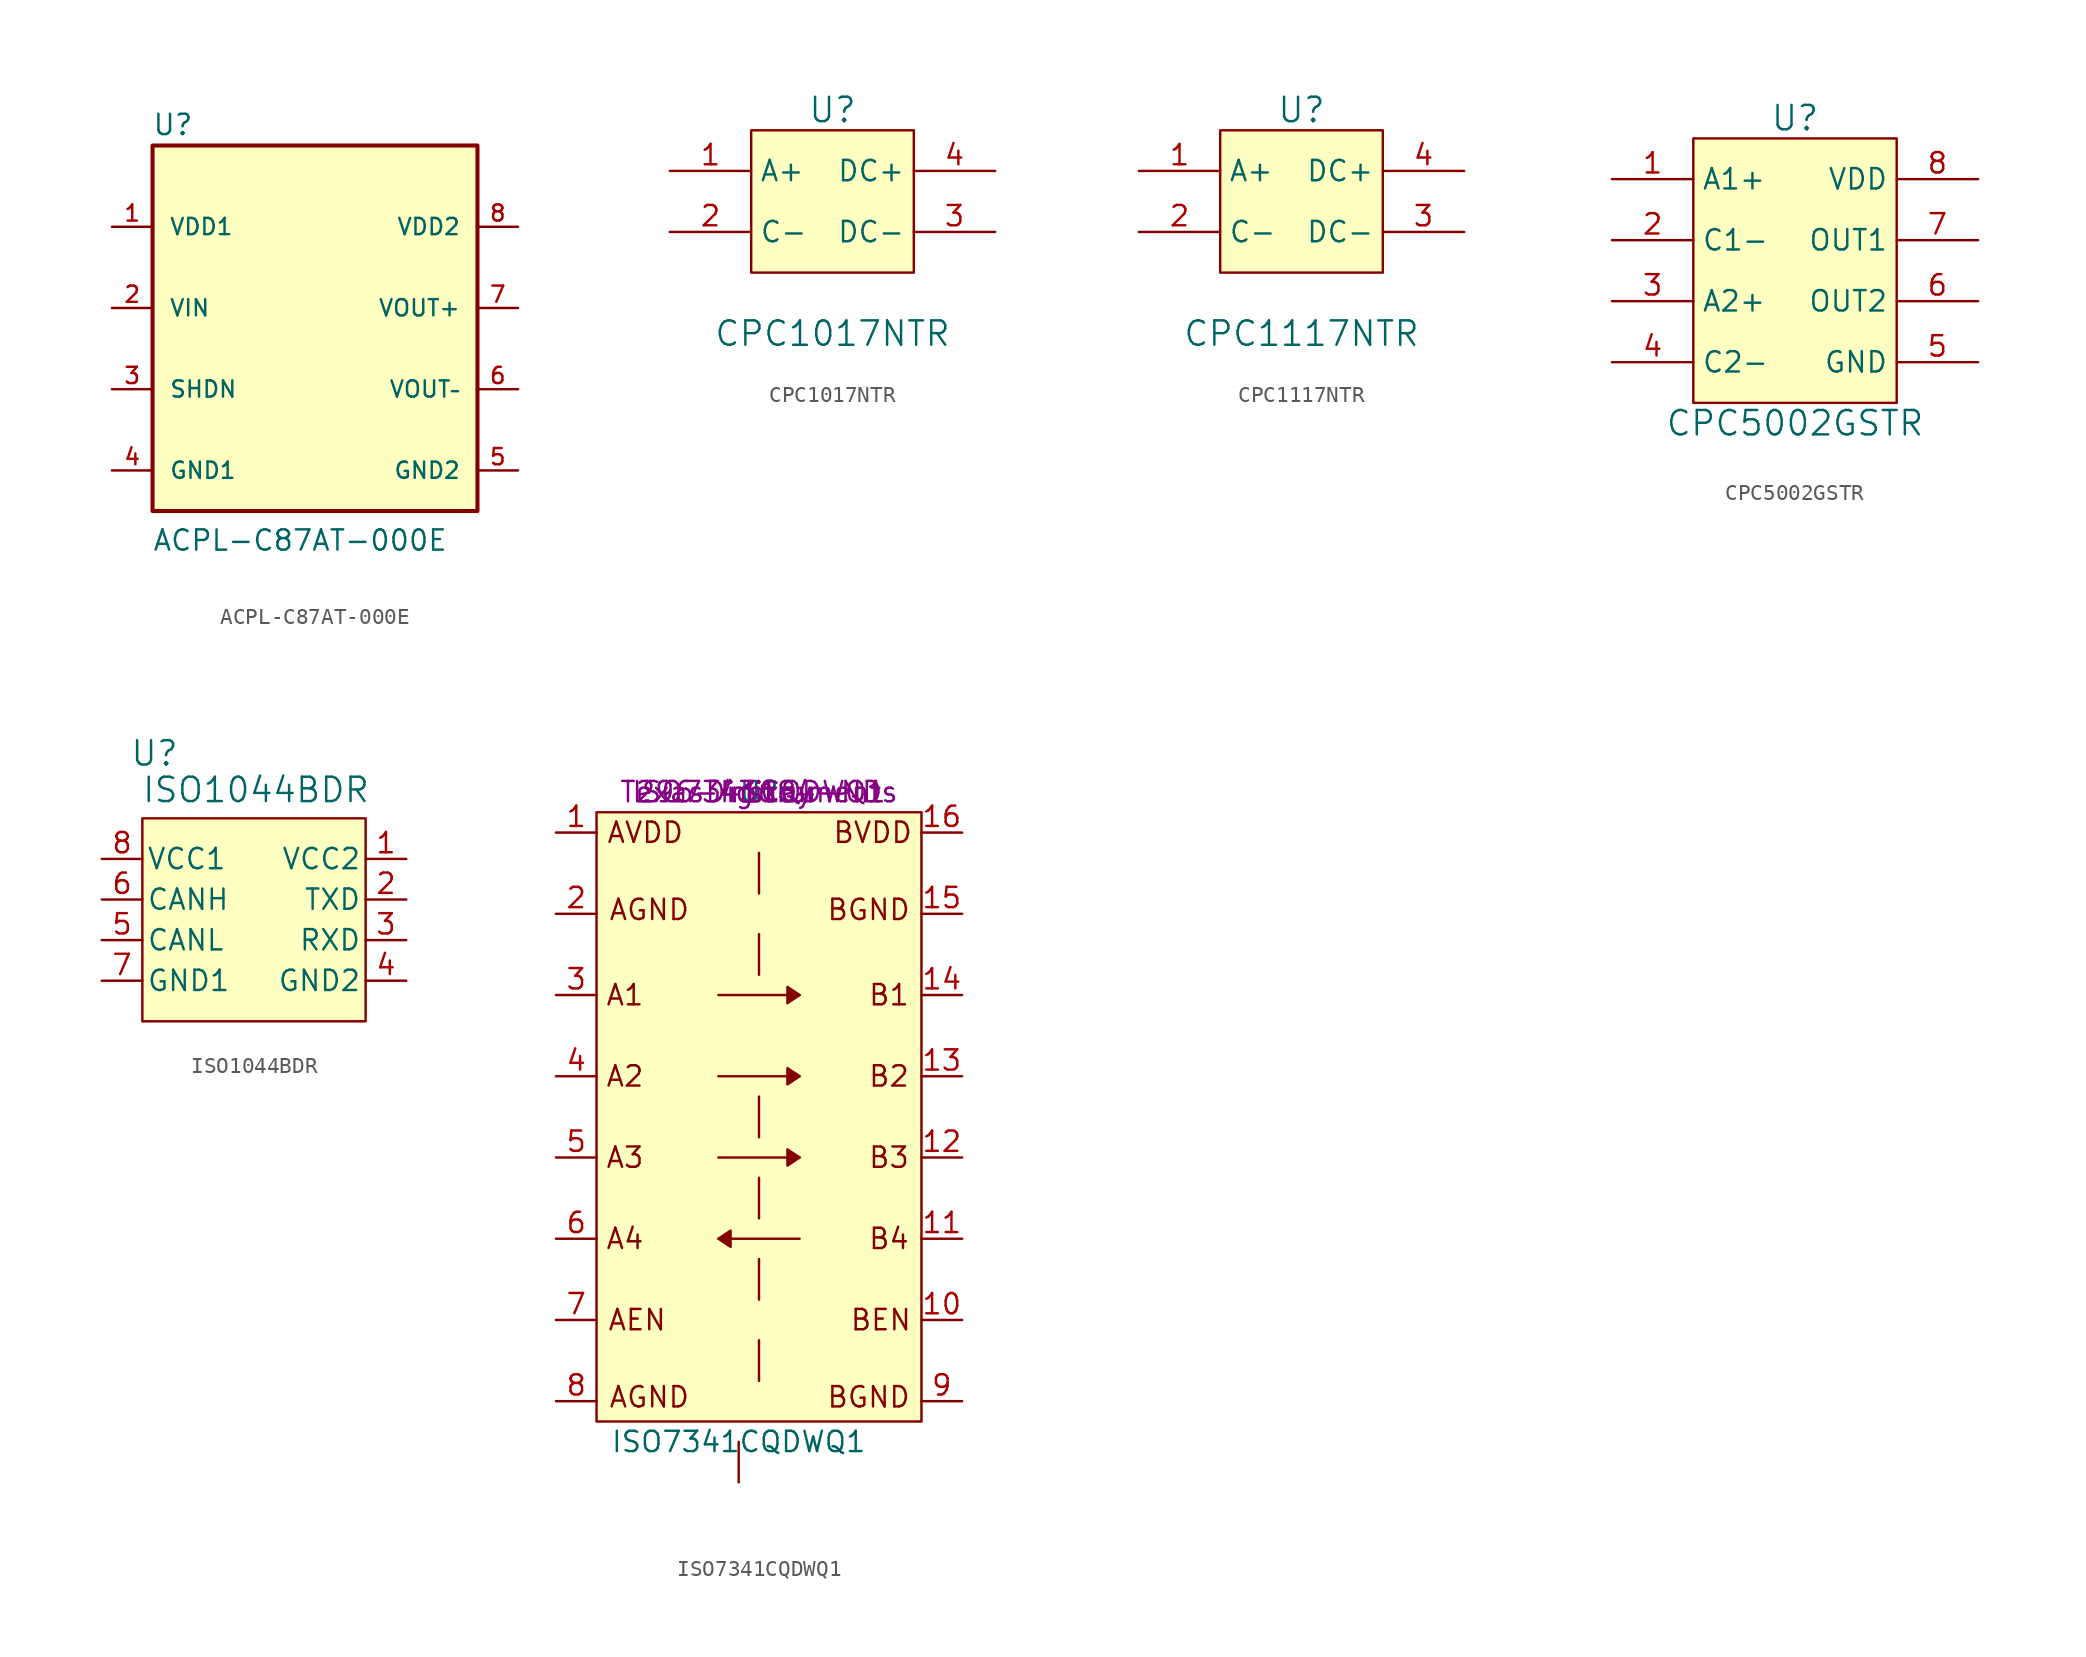
<source format=kicad_sym>
(kicad_symbol_lib
  (version 20231120)
  (generator "kicad_symbol_editor")
  (generator_version "8.0")
  (symbol "ACPL-C87AT-000E"
    (pin_names
      (offset 1.016))
    (property "Reference" "U"
      (at -10.195 13.254 0)
      (effects (font (size 1.27 1.27)) (justify left bottom)))
    (property "Value" "ACPL-C87AT-000E"
      (at -10.189 -12.737 0)
      (effects (font (size 1.27 1.27)) (justify left bottom)))
    (symbol "ACPL-C87AT-000E_0_0"
      (rectangle (start -10.16 12.7) (end 10.16 -10.16) (stroke (width 0.254) (type default)) (fill (type background)))
      (pin power_in line (at -12.7 7.62 0) (length 2.54) (name "VDD1" (effects (font (size 1.016 1.016)))) (number "1" (effects (font (size 1.016 1.016)))))
      (pin input line (at -12.7 2.54 0) (length 2.54) (name "VIN" (effects (font (size 1.016 1.016)))) (number "2" (effects (font (size 1.016 1.016)))))
      (pin input line (at -12.7 -2.54 0) (length 2.54) (name "SHDN" (effects (font (size 1.016 1.016)))) (number "3" (effects (font (size 1.016 1.016)))))
      (pin power_in line (at -12.7 -7.62 0) (length 2.54) (name "GND1" (effects (font (size 1.016 1.016)))) (number "4" (effects (font (size 1.016 1.016)))))
      (pin power_in line (at 12.7 -7.62 180) (length 2.54) (name "GND2" (effects (font (size 1.016 1.016)))) (number "5" (effects (font (size 1.016 1.016)))))
      (pin output line (at 12.7 -2.54 180) (length 2.54) (name "VOUT–" (effects (font (size 1.016 1.016)))) (number "6" (effects (font (size 1.016 1.016)))))
      (pin output line (at 12.7 2.54 180) (length 2.54) (name "VOUT+" (effects (font (size 1.016 1.016)))) (number "7" (effects (font (size 1.016 1.016)))))
      (pin power_in line (at 12.7 7.62 180) (length 2.54) (name "VDD2" (effects (font (size 1.016 1.016)))) (number "8" (effects (font (size 1.016 1.016)))))))
  (symbol "CPC1017NTR"
    (property "Reference" "U"
      (at 0 6.35 0)
      (effects (font (size 1.524 1.524))))
    (property "Value" "CPC1017NTR"
      (at 0 -7.62 0)
      (effects (font (size 1.524 1.524))))
    (symbol "CPC1017NTR_0_1"
      (rectangle (start -5.08 5.08) (end 5.08 -3.81) (stroke (width 0) (type default)) (fill (type background))))
    (symbol "CPC1017NTR_1_1"
      (pin passive line (at -10.16 2.54 0) (length 5.08) (name "A+" (effects (font (size 1.27 1.27)))) (number "1" (effects (font (size 1.27 1.27)))))
      (pin passive line (at -10.16 -1.27 0) (length 5.08) (name "C-" (effects (font (size 1.27 1.27)))) (number "2" (effects (font (size 1.27 1.27)))))
      (pin passive line (at 10.16 -1.27 180) (length 5.08) (name "DC-" (effects (font (size 1.27 1.27)))) (number "3" (effects (font (size 1.27 1.27)))))
      (pin passive line (at 10.16 2.54 180) (length 5.08) (name "DC+" (effects (font (size 1.27 1.27)))) (number "4" (effects (font (size 1.27 1.27)))))))
  (symbol "CPC1117NTR"
    (property "Reference" "U"
      (at 0 6.35 0)
      (effects (font (size 1.524 1.524))))
    (property "Value" "CPC1117NTR"
      (at 0 -7.62 0)
      (effects (font (size 1.524 1.524))))
    (symbol "CPC1117NTR_0_1"
      (rectangle (start -5.08 5.08) (end 5.08 -3.81) (stroke (width 0) (type default)) (fill (type background))))
    (symbol "CPC1117NTR_1_1"
      (pin passive line (at -10.16 2.54 0) (length 5.08) (name "A+" (effects (font (size 1.27 1.27)))) (number "1" (effects (font (size 1.27 1.27)))))
      (pin passive line (at -10.16 -1.27 0) (length 5.08) (name "C-" (effects (font (size 1.27 1.27)))) (number "2" (effects (font (size 1.27 1.27)))))
      (pin passive line (at 10.16 -1.27 180) (length 5.08) (name "DC-" (effects (font (size 1.27 1.27)))) (number "3" (effects (font (size 1.27 1.27)))))
      (pin passive line (at 10.16 2.54 180) (length 5.08) (name "DC+" (effects (font (size 1.27 1.27)))) (number "4" (effects (font (size 1.27 1.27)))))))
  (symbol "CPC5002GSTR"
    (property "Reference" "U"
      (at 0 6.35 0)
      (effects (font (size 1.524 1.524))))
    (property "Value" "CPC5002GSTR"
      (at 0 -12.7 0)
      (effects (font (size 1.524 1.524))))
    (symbol "CPC5002GSTR_0_1"
      (rectangle (start -6.35 5.08) (end 6.35 -11.43) (stroke (width 0) (type default)) (fill (type background))))
    (symbol "CPC5002GSTR_1_1"
      (pin passive line (at -11.43 2.54 0) (length 5.08) (name "A1+" (effects (font (size 1.27 1.27)))) (number "1" (effects (font (size 1.27 1.27)))))
      (pin passive line (at -11.43 -1.27 0) (length 5.08) (name "C1-" (effects (font (size 1.27 1.27)))) (number "2" (effects (font (size 1.27 1.27)))))
      (pin passive line (at -11.43 -5.08 0) (length 5.08) (name "A2+" (effects (font (size 1.27 1.27)))) (number "3" (effects (font (size 1.27 1.27)))))
      (pin passive line (at -11.43 -8.89 0) (length 5.08) (name "C2-" (effects (font (size 1.27 1.27)))) (number "4" (effects (font (size 1.27 1.27)))))
      (pin passive line (at 11.43 -8.89 180) (length 5.08) (name "GND" (effects (font (size 1.27 1.27)))) (number "5" (effects (font (size 1.27 1.27)))))
      (pin passive line (at 11.43 -5.08 180) (length 5.08) (name "OUT2" (effects (font (size 1.27 1.27)))) (number "6" (effects (font (size 1.27 1.27)))))
      (pin passive line (at 11.43 -1.27 180) (length 5.08) (name "OUT1" (effects (font (size 1.27 1.27)))) (number "7" (effects (font (size 1.27 1.27)))))
      (pin passive line (at 11.43 2.54 180) (length 5.08) (name "VDD" (effects (font (size 1.27 1.27)))) (number "8" (effects (font (size 1.27 1.27)))))))
  (symbol "ISO1044BDR"
    (pin_names
      (offset 0.254))
    (property "Reference" "U"
      (at 4.572 6.604 0)
      (effects (font (size 1.524 1.524))))
    (property "Value" "ISO1044BDR"
      (at 10.922 4.318 0)
      (effects (font (size 1.524 1.524))))
    (symbol "ISO1044BDR_1_1"
      (rectangle (start 3.81 -10.16) (end 17.78 2.54) (stroke (width 0) (type default)) (fill (type background)))
      (pin power_in line (at 20.32 0 180) (length 2.54) (name "VCC2" (effects (font (size 1.27 1.27)))) (number "1" (effects (font (size 1.27 1.27)))))
      (pin output line (at 20.32 -2.54 180) (length 2.54) (name "TXD" (effects (font (size 1.27 1.27)))) (number "2" (effects (font (size 1.27 1.27)))))
      (pin input line (at 20.32 -5.08 180) (length 2.54) (name "RXD" (effects (font (size 1.27 1.27)))) (number "3" (effects (font (size 1.27 1.27)))))
      (pin power_in line (at 20.32 -7.62 180) (length 2.54) (name "GND2" (effects (font (size 1.27 1.27)))) (number "4" (effects (font (size 1.27 1.27)))))
      (pin bidirectional line (at 1.27 -5.08 0) (length 2.54) (name "CANL" (effects (font (size 1.27 1.27)))) (number "5" (effects (font (size 1.27 1.27)))))
      (pin bidirectional line (at 1.27 -2.54 0) (length 2.54) (name "CANH" (effects (font (size 1.27 1.27)))) (number "6" (effects (font (size 1.27 1.27)))))
      (pin power_in line (at 1.27 -7.62 0) (length 2.54) (name "GND1" (effects (font (size 1.27 1.27)))) (number "7" (effects (font (size 1.27 1.27)))))
      (pin power_in line (at 1.27 0 0) (length 2.54) (name "VCC1" (effects (font (size 1.27 1.27)))) (number "8" (effects (font (size 1.27 1.27)))))))
  (symbol "ISO7341CQDWQ1"
    (pin_names
      (offset 1.016) hide)
    (property "Reference" "U"
      (at 0 0 0)
      (effects (font (size 1.27 1.27))))
    (property "Value" "ISO7341CQDWQ1"
      (at -1.27 -40.64 0)
      (effects (font (size 1.27 1.27))))
    (property "Manufacturer Part Number" "ISO7341CQDWQ1"
      (at 0 0 0)
      (effects (font (size 1.27 1.27))))
    (property "Supplier Part Number" "296-43684-ND"
      (at 0 0 0)
      (effects (font (size 1.27 1.27))))
    (property "Supplier" "Digikey"
      (at 0 0 0)
      (effects (font (size 1.27 1.27))))
    (property "Manufacturer" "Texas Instruments"
      (at 0 0 0)
      (effects (font (size 1.27 1.27))))
    (symbol "ISO7341CQDWQ1_1_1"
      (polyline (pts (xy -2.54 -27.94) (xy 2.54 -27.94)) (stroke (width 0) (type default)) (fill (type none)))
      (polyline (pts (xy -2.54 -22.86) (xy 2.54 -22.86)) (stroke (width 0) (type default)) (fill (type none)))
      (polyline (pts (xy -2.54 -17.78) (xy 2.54 -17.78)) (stroke (width 0) (type default)) (fill (type none)))
      (polyline (pts (xy -2.54 -12.7) (xy 2.54 -12.7)) (stroke (width 0) (type default)) (fill (type none)))
      (polyline (pts (xy -1.27 -40.64) (xy -1.27 -43.18)) (stroke (width 0) (type default)) (fill (type none)))
      (polyline (pts (xy 0 -34.29) (xy 0 -36.83)) (stroke (width 0) (type default)) (fill (type none)))
      (polyline (pts (xy 0 -29.21) (xy 0 -31.75)) (stroke (width 0) (type default)) (fill (type none)))
      (polyline (pts (xy 0 -24.13) (xy 0 -26.67)) (stroke (width 0) (type default)) (fill (type none)))
      (polyline (pts (xy 0 -19.05) (xy 0 -21.59)) (stroke (width 0) (type default)) (fill (type none)))
      (polyline (pts (xy 0 -8.89) (xy 0 -11.43)) (stroke (width 0) (type default)) (fill (type none)))
      (polyline (pts (xy 0 -3.81) (xy 0 -6.35)) (stroke (width 0) (type default)) (fill (type none)))
      (polyline (pts (xy -2.54 -27.94) (xy -1.778 -27.432) (xy -1.778 -28.448) (xy -2.54 -27.94)) (stroke (width 0) (type default)) (fill (type outline)))
      (polyline (pts (xy 2.54 -22.86) (xy 1.778 -22.352) (xy 1.778 -23.368) (xy 2.54 -22.86)) (stroke (width 0) (type default)) (fill (type outline)))
      (polyline (pts (xy 2.54 -17.78) (xy 1.778 -17.272) (xy 1.778 -18.288) (xy 2.54 -17.78)) (stroke (width 0) (type default)) (fill (type outline)))
      (polyline (pts (xy 2.54 -12.7) (xy 1.778 -12.192) (xy 1.778 -13.208) (xy 2.54 -12.7)) (stroke (width 0) (type default)) (fill (type outline)))
      (polyline (pts (xy -10.16 -1.27) (xy 10.16 -1.27) (xy 10.16 -39.37) (xy -10.16 -39.37) (xy -10.16 -19.05) (xy -10.16 -1.27)) (stroke (width 0) (type default)) (fill (type background)))
      (text "A1" (at -8.382 -12.7 0) (effects (font (size 1.27 1.27))))
      (text "A2" (at -8.382 -17.78 0) (effects (font (size 1.27 1.27))))
      (text "A3" (at -8.382 -22.86 0) (effects (font (size 1.27 1.27))))
      (text "A4" (at -8.382 -27.94 0) (effects (font (size 1.27 1.27))))
      (text "AEN" (at -7.62 -33.02 0) (effects (font (size 1.27 1.27))))
      (text "AGND" (at -6.858 -37.846 0) (effects (font (size 1.27 1.27))))
      (text "AGND" (at -6.858 -7.366 0) (effects (font (size 1.27 1.27))))
      (text "AVDD" (at -7.112 -2.54 0) (effects (font (size 1.27 1.27))))
      (text "B1" (at 8.128 -12.7 0) (effects (font (size 1.27 1.27))))
      (text "B2" (at 8.128 -17.78 0) (effects (font (size 1.27 1.27))))
      (text "B3" (at 8.128 -22.86 0) (effects (font (size 1.27 1.27))))
      (text "B4" (at 8.128 -27.94 0) (effects (font (size 1.27 1.27))))
      (text "BEN" (at 7.62 -33.02 0) (effects (font (size 1.27 1.27))))
      (text "BGND" (at 6.858 -37.846 0) (effects (font (size 1.27 1.27))))
      (text "BGND" (at 6.858 -7.366 0) (effects (font (size 1.27 1.27))))
      (text "BVDD" (at 7.112 -2.54 0) (effects (font (size 1.27 1.27))))
      (pin input line (at -12.7 -2.54 0) (length 2.54) (name "AVDD" (effects (font (size 1.27 1.27)))) (number "1" (effects (font (size 1.27 1.27)))))
      (pin input line (at 12.7 -33.02 180) (length 2.54) (name "BEN" (effects (font (size 1.27 1.27)))) (number "10" (effects (font (size 1.27 1.27)))))
      (pin input line (at 12.7 -27.94 180) (length 2.54) (name "B4" (effects (font (size 1.27 1.27)))) (number "11" (effects (font (size 1.27 1.27)))))
      (pin output line (at 12.7 -22.86 180) (length 2.54) (name "B3" (effects (font (size 1.27 1.27)))) (number "12" (effects (font (size 1.27 1.27)))))
      (pin output line (at 12.7 -17.78 180) (length 2.54) (name "B2" (effects (font (size 1.27 1.27)))) (number "13" (effects (font (size 1.27 1.27)))))
      (pin output line (at 12.7 -12.7 180) (length 2.54) (name "B1" (effects (font (size 1.27 1.27)))) (number "14" (effects (font (size 1.27 1.27)))))
      (pin input line (at 12.7 -7.62 180) (length 2.54) (name "BGND" (effects (font (size 1.27 1.27)))) (number "15" (effects (font (size 1.27 1.27)))))
      (pin input line (at 12.7 -2.54 180) (length 2.54) (name "BVDD" (effects (font (size 1.27 1.27)))) (number "16" (effects (font (size 1.27 1.27)))))
      (pin input line (at -12.7 -7.62 0) (length 2.54) (name "AGND" (effects (font (size 1.27 1.27)))) (number "2" (effects (font (size 1.27 1.27)))))
      (pin input line (at -12.7 -12.7 0) (length 2.54) (name "A1" (effects (font (size 1.27 1.27)))) (number "3" (effects (font (size 1.27 1.27)))))
      (pin input line (at -12.7 -17.78 0) (length 2.54) (name "A2" (effects (font (size 1.27 1.27)))) (number "4" (effects (font (size 1.27 1.27)))))
      (pin input line (at -12.7 -22.86 0) (length 2.54) (name "A3" (effects (font (size 1.27 1.27)))) (number "5" (effects (font (size 1.27 1.27)))))
      (pin output line (at -12.7 -27.94 0) (length 2.54) (name "A4" (effects (font (size 1.27 1.27)))) (number "6" (effects (font (size 1.27 1.27)))))
      (pin input line (at -12.7 -33.02 0) (length 2.54) (name "AEN" (effects (font (size 1.27 1.27)))) (number "7" (effects (font (size 1.27 1.27)))))
      (pin input line (at -12.7 -38.1 0) (length 2.54) (name "AGND" (effects (font (size 1.27 1.27)))) (number "8" (effects (font (size 1.27 1.27)))))
      (pin input line (at 12.7 -38.1 180) (length 2.54) (name "BGND" (effects (font (size 1.27 1.27)))) (number "9" (effects (font (size 1.27 1.27))))))))
</source>
